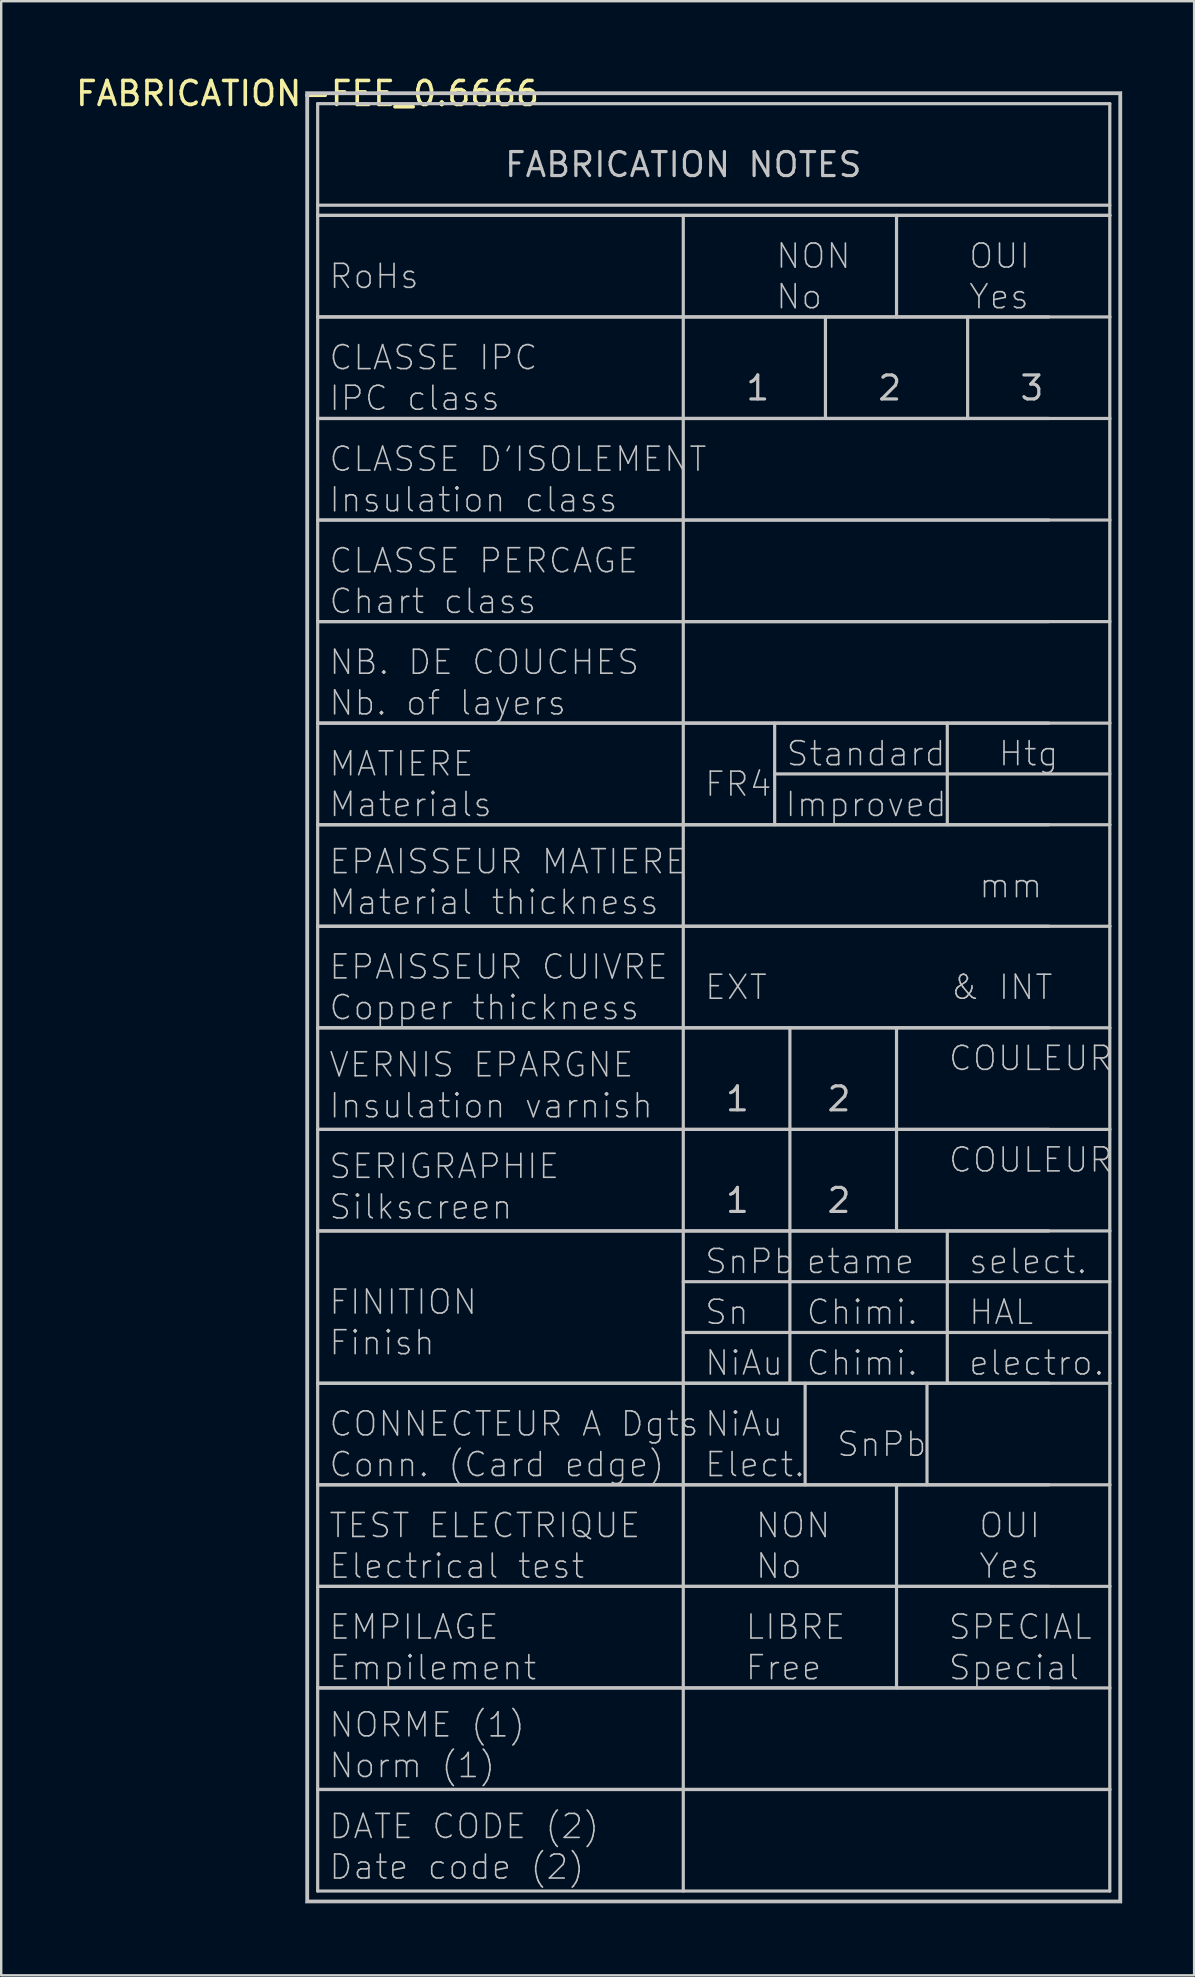
<source format=kicad_pcb>
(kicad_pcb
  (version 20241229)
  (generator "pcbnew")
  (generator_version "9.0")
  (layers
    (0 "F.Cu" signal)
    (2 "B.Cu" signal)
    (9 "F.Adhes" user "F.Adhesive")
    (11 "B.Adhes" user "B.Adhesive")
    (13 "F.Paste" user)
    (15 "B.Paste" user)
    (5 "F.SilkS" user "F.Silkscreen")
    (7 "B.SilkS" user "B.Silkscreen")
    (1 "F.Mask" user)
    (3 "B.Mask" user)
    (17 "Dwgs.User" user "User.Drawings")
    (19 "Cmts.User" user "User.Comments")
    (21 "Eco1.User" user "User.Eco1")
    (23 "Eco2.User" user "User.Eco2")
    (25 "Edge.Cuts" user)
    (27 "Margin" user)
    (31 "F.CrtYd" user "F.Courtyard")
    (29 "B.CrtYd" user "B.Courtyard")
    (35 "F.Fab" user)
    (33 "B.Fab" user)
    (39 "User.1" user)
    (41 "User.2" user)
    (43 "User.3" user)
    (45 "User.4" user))
  (footprint "FABRICATION-FEE_0.6666"
    (placed yes)
    (layer "F.Cu")
    (at 9.768 0.848)
    (property "Reference" "FABRICATION-FEE_0.6666" (at 0 0 0) (layer "F.SilkS") (effects (font (size 1 1) (thickness 0.15))))
    (attr through_hole)
    (fp_line (start -0.067 -0.067) (end 33.93 -0.067) (stroke (width 0.05) (type solid)) (layer "Dwgs.User"))
    (fp_line (start -0.067 75.412) (end -0.067 -0.067) (stroke (width 0.05) (type solid)) (layer "Dwgs.User"))
    (fp_line (start 0 0) (end 0 75.346) (stroke (width 0.133) (type solid)) (layer "Dwgs.User"))
    (fp_line (start 0 75.346) (end 33.863 75.346) (stroke (width 0.133) (type solid)) (layer "Dwgs.User"))
    (fp_line (start 0.423 0.423) (end 0.423 5.079) (stroke (width 0.133) (type solid)) (layer "Dwgs.User"))
    (fp_line (start 0.423 4.656) (end 33.44 4.656) (stroke (width 0.133) (type solid)) (layer "Dwgs.User"))
    (fp_line (start 0.423 5.079) (end 0.423 9.312) (stroke (width 0.133) (type solid)) (layer "Dwgs.User"))
    (fp_line (start 0.423 5.079) (end 33.44 5.079) (stroke (width 0.133) (type solid)) (layer "Dwgs.User"))
    (fp_line (start 0.423 9.312) (end 0.423 13.545) (stroke (width 0.133) (type solid)) (layer "Dwgs.User"))
    (fp_line (start 0.423 9.312) (end 33.44 9.312) (stroke (width 0.133) (type solid)) (layer "Dwgs.User"))
    (fp_line (start 0.423 13.545) (end 0.423 17.778) (stroke (width 0.133) (type solid)) (layer "Dwgs.User"))
    (fp_line (start 0.423 13.545) (end 33.44 13.545) (stroke (width 0.133) (type solid)) (layer "Dwgs.User"))
    (fp_line (start 0.423 17.778) (end 0.423 22.011) (stroke (width 0.133) (type solid)) (layer "Dwgs.User"))
    (fp_line (start 0.423 17.778) (end 33.44 17.778) (stroke (width 0.133) (type solid)) (layer "Dwgs.User"))
    (fp_line (start 0.423 22.011) (end 0.423 26.244) (stroke (width 0.133) (type solid)) (layer "Dwgs.User"))
    (fp_line (start 0.423 22.011) (end 33.44 22.011) (stroke (width 0.133) (type solid)) (layer "Dwgs.User"))
    (fp_line (start 0.423 26.244) (end 0.423 30.477) (stroke (width 0.133) (type solid)) (layer "Dwgs.User"))
    (fp_line (start 0.423 26.244) (end 33.44 26.244) (stroke (width 0.133) (type solid)) (layer "Dwgs.User"))
    (fp_line (start 0.423 30.477) (end 0.423 34.71) (stroke (width 0.133) (type solid)) (layer "Dwgs.User"))
    (fp_line (start 0.423 30.477) (end 33.44 30.477) (stroke (width 0.133) (type solid)) (layer "Dwgs.User"))
    (fp_line (start 0.423 34.71) (end 0.423 38.943) (stroke (width 0.133) (type solid)) (layer "Dwgs.User"))
    (fp_line (start 0.423 34.71) (end 33.44 34.71) (stroke (width 0.133) (type solid)) (layer "Dwgs.User"))
    (fp_line (start 0.423 38.943) (end 0.423 43.176) (stroke (width 0.133) (type solid)) (layer "Dwgs.User"))
    (fp_line (start 0.423 38.943) (end 33.44 38.943) (stroke (width 0.133) (type solid)) (layer "Dwgs.User"))
    (fp_line (start 0.423 43.176) (end 0.423 47.409) (stroke (width 0.133) (type solid)) (layer "Dwgs.User"))
    (fp_line (start 0.423 43.176) (end 33.44 43.176) (stroke (width 0.133) (type solid)) (layer "Dwgs.User"))
    (fp_line (start 0.423 47.409) (end 0.423 53.758) (stroke (width 0.133) (type solid)) (layer "Dwgs.User"))
    (fp_line (start 0.423 47.409) (end 33.44 47.409) (stroke (width 0.133) (type solid)) (layer "Dwgs.User"))
    (fp_line (start 0.423 53.758) (end 0.423 57.991) (stroke (width 0.133) (type solid)) (layer "Dwgs.User"))
    (fp_line (start 0.423 53.758) (end 33.44 53.758) (stroke (width 0.133) (type solid)) (layer "Dwgs.User"))
    (fp_line (start 0.423 57.991) (end 0.423 62.224) (stroke (width 0.133) (type solid)) (layer "Dwgs.User"))
    (fp_line (start 0.423 57.991) (end 33.44 57.991) (stroke (width 0.133) (type solid)) (layer "Dwgs.User"))
    (fp_line (start 0.423 62.224) (end 0.423 66.457) (stroke (width 0.133) (type solid)) (layer "Dwgs.User"))
    (fp_line (start 0.423 62.224) (end 33.44 62.224) (stroke (width 0.133) (type solid)) (layer "Dwgs.User"))
    (fp_line (start 0.423 66.457) (end 0.423 70.69) (stroke (width 0.133) (type solid)) (layer "Dwgs.User"))
    (fp_line (start 0.423 66.457) (end 33.44 66.457) (stroke (width 0.133) (type solid)) (layer "Dwgs.User"))
    (fp_line (start 0.423 70.69) (end 0.423 74.923) (stroke (width 0.133) (type solid)) (layer "Dwgs.User"))
    (fp_line (start 0.423 70.69) (end 33.44 70.69) (stroke (width 0.133) (type solid)) (layer "Dwgs.User"))
    (fp_line (start 0.423 74.923) (end 33.44 74.923) (stroke (width 0.133) (type solid)) (layer "Dwgs.User"))
    (fp_line (start 15.662 5.079) (end 15.662 74.923) (stroke (width 0.133) (type solid)) (layer "Dwgs.User"))
    (fp_line (start 15.662 49.525) (end 33.44 49.525) (stroke (width 0.133) (type solid)) (layer "Dwgs.User"))
    (fp_line (start 15.662 51.642) (end 33.44 51.642) (stroke (width 0.133) (type solid)) (layer "Dwgs.User"))
    (fp_line (start 19.471 26.244) (end 19.471 30.477) (stroke (width 0.133) (type solid)) (layer "Dwgs.User"))
    (fp_line (start 19.471 28.36) (end 33.44 28.36) (stroke (width 0.133) (type solid)) (layer "Dwgs.User"))
    (fp_line (start 20.106 38.943) (end 20.106 43.176) (stroke (width 0.133) (type solid)) (layer "Dwgs.User"))
    (fp_line (start 20.106 43.176) (end 20.106 47.409) (stroke (width 0.133) (type solid)) (layer "Dwgs.User"))
    (fp_line (start 20.106 47.409) (end 20.106 53.758) (stroke (width 0.133) (type solid)) (layer "Dwgs.User"))
    (fp_line (start 20.741 53.758) (end 20.741 57.991) (stroke (width 0.133) (type solid)) (layer "Dwgs.User"))
    (fp_line (start 21.588 9.312) (end 21.588 13.545) (stroke (width 0.133) (type solid)) (layer "Dwgs.User"))
    (fp_line (start 24.551 5.079) (end 24.551 9.312) (stroke (width 0.133) (type solid)) (layer "Dwgs.User"))
    (fp_line (start 24.551 38.943) (end 24.551 43.176) (stroke (width 0.133) (type solid)) (layer "Dwgs.User"))
    (fp_line (start 24.551 43.176) (end 24.551 47.409) (stroke (width 0.133) (type solid)) (layer "Dwgs.User"))
    (fp_line (start 24.551 57.991) (end 24.551 62.224) (stroke (width 0.133) (type solid)) (layer "Dwgs.User"))
    (fp_line (start 24.551 62.224) (end 24.551 66.457) (stroke (width 0.133) (type solid)) (layer "Dwgs.User"))
    (fp_line (start 25.821 53.758) (end 25.821 57.991) (stroke (width 0.133) (type solid)) (layer "Dwgs.User"))
    (fp_line (start 26.667 26.244) (end 26.667 30.477) (stroke (width 0.133) (type solid)) (layer "Dwgs.User"))
    (fp_line (start 26.667 47.409) (end 26.667 53.758) (stroke (width 0.133) (type solid)) (layer "Dwgs.User"))
    (fp_line (start 27.514 9.312) (end 27.514 13.545) (stroke (width 0.133) (type solid)) (layer "Dwgs.User"))
    (fp_line (start 30.9 9.312) (end 0.423 9.312) (stroke (width 0.133) (type solid)) (layer "Dwgs.User"))
    (fp_line (start 30.9 13.545) (end 0.423 13.545) (stroke (width 0.133) (type solid)) (layer "Dwgs.User"))
    (fp_line (start 30.9 17.778) (end 0.423 17.778) (stroke (width 0.133) (type solid)) (layer "Dwgs.User"))
    (fp_line (start 30.9 22.011) (end 0.423 22.011) (stroke (width 0.133) (type solid)) (layer "Dwgs.User"))
    (fp_line (start 30.9 26.244) (end 0.423 26.244) (stroke (width 0.133) (type solid)) (layer "Dwgs.User"))
    (fp_line (start 30.9 30.477) (end 0.423 30.477) (stroke (width 0.133) (type solid)) (layer "Dwgs.User"))
    (fp_line (start 30.9 34.71) (end 0.423 34.71) (stroke (width 0.133) (type solid)) (layer "Dwgs.User"))
    (fp_line (start 30.9 38.943) (end 0.423 38.943) (stroke (width 0.133) (type solid)) (layer "Dwgs.User"))
    (fp_line (start 30.9 43.176) (end 0.423 43.176) (stroke (width 0.133) (type solid)) (layer "Dwgs.User"))
    (fp_line (start 30.9 47.409) (end 0.423 47.409) (stroke (width 0.133) (type solid)) (layer "Dwgs.User"))
    (fp_line (start 30.9 53.758) (end 0.423 53.758) (stroke (width 0.133) (type solid)) (layer "Dwgs.User"))
    (fp_line (start 30.9 57.991) (end 0.423 57.991) (stroke (width 0.133) (type solid)) (layer "Dwgs.User"))
    (fp_line (start 30.9 62.224) (end 0.423 62.224) (stroke (width 0.133) (type solid)) (layer "Dwgs.User"))
    (fp_line (start 30.9 66.457) (end 0.423 66.457) (stroke (width 0.133) (type solid)) (layer "Dwgs.User"))
    (fp_line (start 33.44 0.423) (end 0.423 0.423) (stroke (width 0.133) (type solid)) (layer "Dwgs.User"))
    (fp_line (start 33.44 5.079) (end 0.423 5.079) (stroke (width 0.133) (type solid)) (layer "Dwgs.User"))
    (fp_line (start 33.44 5.079) (end 33.44 0.423) (stroke (width 0.133) (type solid)) (layer "Dwgs.User"))
    (fp_line (start 33.44 9.312) (end 33.44 5.079) (stroke (width 0.133) (type solid)) (layer "Dwgs.User"))
    (fp_line (start 33.44 13.545) (end 33.44 9.312) (stroke (width 0.133) (type solid)) (layer "Dwgs.User"))
    (fp_line (start 33.44 17.778) (end 33.44 13.545) (stroke (width 0.133) (type solid)) (layer "Dwgs.User"))
    (fp_line (start 33.44 22.011) (end 33.44 17.778) (stroke (width 0.133) (type solid)) (layer "Dwgs.User"))
    (fp_line (start 33.44 26.244) (end 33.44 22.011) (stroke (width 0.133) (type solid)) (layer "Dwgs.User"))
    (fp_line (start 33.44 30.477) (end 33.44 26.244) (stroke (width 0.133) (type solid)) (layer "Dwgs.User"))
    (fp_line (start 33.44 34.71) (end 33.44 30.477) (stroke (width 0.133) (type solid)) (layer "Dwgs.User"))
    (fp_line (start 33.44 38.943) (end 33.44 34.71) (stroke (width 0.133) (type solid)) (layer "Dwgs.User"))
    (fp_line (start 33.44 43.176) (end 33.44 38.943) (stroke (width 0.133) (type solid)) (layer "Dwgs.User"))
    (fp_line (start 33.44 47.409) (end 33.44 43.176) (stroke (width 0.133) (type solid)) (layer "Dwgs.User"))
    (fp_line (start 33.44 53.758) (end 33.44 47.409) (stroke (width 0.133) (type solid)) (layer "Dwgs.User"))
    (fp_line (start 33.44 57.991) (end 33.44 53.758) (stroke (width 0.133) (type solid)) (layer "Dwgs.User"))
    (fp_line (start 33.44 62.224) (end 33.44 57.991) (stroke (width 0.133) (type solid)) (layer "Dwgs.User"))
    (fp_line (start 33.44 66.457) (end 33.44 62.224) (stroke (width 0.133) (type solid)) (layer "Dwgs.User"))
    (fp_line (start 33.44 70.69) (end 0.423 70.69) (stroke (width 0.133) (type solid)) (layer "Dwgs.User"))
    (fp_line (start 33.44 70.69) (end 33.44 66.457) (stroke (width 0.133) (type solid)) (layer "Dwgs.User"))
    (fp_line (start 33.44 74.923) (end 33.44 70.69) (stroke (width 0.133) (type solid)) (layer "Dwgs.User"))
    (fp_line (start 33.863 0) (end 0 0) (stroke (width 0.133) (type solid)) (layer "Dwgs.User"))
    (fp_line (start 33.863 75.346) (end 33.863 0) (stroke (width 0.133) (type solid)) (layer "Dwgs.User"))
    (fp_line (start 33.93 -0.067) (end 33.93 75.412) (stroke (width 0.05) (type solid)) (layer "Dwgs.User"))
    (fp_line (start 33.93 75.412) (end -0.067 75.412) (stroke (width 0.05) (type solid)) (layer "Dwgs.User"))
    (fp_text user "No" (at 19.471 8.466 0) (layer "Dwgs.User") (effects (font (size 1 1) (thickness 0.067)) (justify left)))
    (fp_text user "Htg" (at 30.054 27.514 0) (layer "Dwgs.User") (effects (font (size 1 1) (thickness 0.067))))
    (fp_text user "etame" (at 20.741 48.678 0) (layer "Dwgs.User") (effects (font (size 1 1) (thickness 0.067)) (justify left)))
    (fp_text user "1" (at 17.355 41.906 0) (layer "Dwgs.User") (effects (font (size 1 1) (thickness 0.133)) (justify left)))
    (fp_text user "Yes" (at 27.937 61.377 0) (layer "Dwgs.User") (effects (font (size 1 1) (thickness 0.067)) (justify left)))
    (fp_text user "Sn" (at 16.508 50.795 0) (layer "Dwgs.User") (effects (font (size 1 1) (thickness 0.067)) (justify left)))
    (fp_text user "SnPb" (at 22.011 56.298 0) (layer "Dwgs.User") (effects (font (size 1 1) (thickness 0.067)) (justify left)))
    (fp_text user "Materials" (at 0.847 29.63 0) (layer "Dwgs.User") (effects (font (size 1 1) (thickness 0.067)) (justify left)))
    (fp_text user "SERIGRAPHIE" (at 0.847 44.714 0) (layer "Dwgs.User") (effects (font (size 1 1) (thickness 0.067)) (justify left)))
    (fp_text user "2" (at 21.588 46.139 0) (layer "Dwgs.User") (effects (font (size 1 1) (thickness 0.133)) (justify left)))
    (fp_text user "NON" (at 19.471 6.773 0) (layer "Dwgs.User") (effects (font (size 1 1) (thickness 0.067)) (justify left)))
    (fp_text user "EMPILAGE" (at 0.847 63.917 0) (layer "Dwgs.User") (effects (font (size 1 1) (thickness 0.067)) (justify left)))
    (fp_text user "OUI" (at 27.937 59.684 0) (layer "Dwgs.User") (effects (font (size 1 1) (thickness 0.067)) (justify left)))
    (fp_text user "No" (at 18.625 61.377 0) (layer "Dwgs.User") (effects (font (size 1 1) (thickness 0.067)) (justify left)))
    (fp_text user "FINITION" (at 0.847 50.372 0) (layer "Dwgs.User") (effects (font (size 1 1) (thickness 0.067)) (justify left)))
    (fp_text user "Chimi." (at 20.741 52.911 0) (layer "Dwgs.User") (effects (font (size 1 1) (thickness 0.067)) (justify left)))
    (fp_text user "mm" (at 27.937 33.017 0) (layer "Dwgs.User") (effects (font (size 1 1) (thickness 0.067)) (justify left)))
    (fp_text user "1" (at 17.355 46.139 0) (layer "Dwgs.User") (effects (font (size 1 1) (thickness 0.133)) (justify left)))
    (fp_text user "Insulation varnish" (at 0.847 42.189 0) (layer "Dwgs.User") (effects (font (size 1 1) (thickness 0.067)) (justify left)))
    (fp_text user "electro." (at 27.514 52.911 0) (layer "Dwgs.User") (effects (font (size 1 1) (thickness 0.067)) (justify left)))
    (fp_text user "Insulation class" (at 0.847 16.932 0) (layer "Dwgs.User") (effects (font (size 1 1) (thickness 0.067)) (justify left)))
    (fp_text user "RoHs" (at 0.847 7.619 0) (layer "Dwgs.User") (effects (font (size 1 1) (thickness 0.067)) (justify left)))
    (fp_text user "HAL" (at 27.514 50.795 0) (layer "Dwgs.User") (effects (font (size 1 1) (thickness 0.067)) (justify left)))
    (fp_text user "COULEUR" (at 26.667 44.446 0) (layer "Dwgs.User") (effects (font (size 1 1) (thickness 0.067)) (justify left)))
    (fp_text user "3" (at 29.63 12.275 0) (layer "Dwgs.User") (effects (font (size 1 1) (thickness 0.133)) (justify left)))
    (fp_text user "Elect." (at 16.508 57.144 0) (layer "Dwgs.User") (effects (font (size 1 1) (thickness 0.067)) (justify left)))
    (fp_text user "2" (at 23.704 12.275 0) (layer "Dwgs.User") (effects (font (size 1 1) (thickness 0.133)) (justify left)))
    (fp_text user "EXT          & INT" (at 16.508 37.25 0) (layer "Dwgs.User") (effects (font (size 1 1) (thickness 0.067)) (justify left)))
    (fp_text user "EPAISSEUR CUIVRE" (at 0.847 36.403 0) (layer "Dwgs.User") (effects (font (size 1 1) (thickness 0.067)) (justify left)))
    (fp_text user "Nb. of layers" (at 0.847 25.397 0) (layer "Dwgs.User") (effects (font (size 1 1) (thickness 0.067)) (justify left)))
    (fp_text user "COULEUR" (at 26.667 40.213 0) (layer "Dwgs.User") (effects (font (size 1 1) (thickness 0.067)) (justify left)))
    (fp_text user "CLASSE D'ISOLEMENT" (at 0.847 15.238 0) (layer "Dwgs.User") (effects (font (size 1 1) (thickness 0.067)) (justify left)))
    (fp_text user "NORME (1)" (at 0.847 67.995 0) (layer "Dwgs.User") (effects (font (size 1 1) (thickness 0.067)) (justify left)))
    (fp_text user "CLASSE IPC" (at 0.847 11.006 0) (layer "Dwgs.User") (effects (font (size 1 1) (thickness 0.067)) (justify left)))
    (fp_text user "Standard" (at 23.281 27.514 0) (layer "Dwgs.User") (effects (font (size 1 1) (thickness 0.067))))
    (fp_text user "NON" (at 18.625 59.684 0) (layer "Dwgs.User") (effects (font (size 1 1) (thickness 0.067)) (justify left)))
    (fp_text user "Chimi." (at 20.741 50.795 0) (layer "Dwgs.User") (effects (font (size 1 1) (thickness 0.067)) (justify left)))
    (fp_text user "SnPb" (at 16.508 48.678 0) (layer "Dwgs.User") (effects (font (size 1 1) (thickness 0.067)) (justify left)))
    (fp_text user "Empilement" (at 0.847 65.61 0) (layer "Dwgs.User") (effects (font (size 1 1) (thickness 0.067)) (justify left)))
    (fp_text user "SPECIAL" (at 26.667 63.917 0) (layer "Dwgs.User") (effects (font (size 1 1) (thickness 0.067)) (justify left)))
    (fp_text user "TEST ELECTRIQUE" (at 0.847 59.684 0) (layer "Dwgs.User") (effects (font (size 1 1) (thickness 0.067)) (justify left)))
    (fp_text user "FR4" (at 16.508 28.784 0) (layer "Dwgs.User") (effects (font (size 1 1) (thickness 0.067)) (justify left)))
    (fp_text user "CONNECTEUR A Dgts" (at 0.847 55.451 0) (layer "Dwgs.User") (effects (font (size 1 1) (thickness 0.067)) (justify left)))
    (fp_text user "NiAu" (at 16.508 55.451 0) (layer "Dwgs.User") (effects (font (size 1 1) (thickness 0.067)) (justify left)))
    (fp_text user "Silkscreen" (at 0.847 46.407 0) (layer "Dwgs.User") (effects (font (size 1 1) (thickness 0.067)) (justify left)))
    (fp_text user "OUI" (at 27.514 6.773 0) (layer "Dwgs.User") (effects (font (size 1 1) (thickness 0.067)) (justify left)))
    (fp_text user "Special" (at 26.667 65.61 0) (layer "Dwgs.User") (effects (font (size 1 1) (thickness 0.067)) (justify left)))
    (fp_text user "Copper thickness" (at 0.847 38.096 0) (layer "Dwgs.User") (effects (font (size 1 1) (thickness 0.067)) (justify left)))
    (fp_text user "CLASSE PERCAGE" (at 0.847 19.471 0) (layer "Dwgs.User") (effects (font (size 1 1) (thickness 0.067)) (justify left)))
    (fp_text user "Free" (at 18.202 65.61 0) (layer "Dwgs.User") (effects (font (size 1 1) (thickness 0.067)) (justify left)))
    (fp_text user "MATIERE" (at 0.847 27.937 0) (layer "Dwgs.User") (effects (font (size 1 1) (thickness 0.067)) (justify left)))
    (fp_text user "Improved" (at 23.281 29.63 0) (layer "Dwgs.User") (effects (font (size 1 1) (thickness 0.067))))
    (fp_text user "Conn. (Card edge)" (at 0.847 57.144 0) (layer "Dwgs.User") (effects (font (size 1 1) (thickness 0.067)) (justify left)))
    (fp_text user "Norm (1)" (at 0.847 69.688 0) (layer "Dwgs.User") (effects (font (size 1 1) (thickness 0.067)) (justify left)))
    (fp_text user "2" (at 21.588 41.906 0) (layer "Dwgs.User") (effects (font (size 1 1) (thickness 0.133)) (justify left)))
    (fp_text user "Electrical test" (at 0.847 61.377 0) (layer "Dwgs.User") (effects (font (size 1 1) (thickness 0.067)) (justify left)))
    (fp_text user "NB. DE COUCHES" (at 0.847 23.704 0) (layer "Dwgs.User") (effects (font (size 1 1) (thickness 0.067)) (justify left)))
    (fp_text user "1" (at 18.202 12.275 0) (layer "Dwgs.User") (effects (font (size 1 1) (thickness 0.133)) (justify left)))
    (fp_text user "select." (at 27.514 48.678 0) (layer "Dwgs.User") (effects (font (size 1 1) (thickness 0.067)) (justify left)))
    (fp_text user "Material thickness" (at 0.847 33.709 0) (layer "Dwgs.User") (effects (font (size 1 1) (thickness 0.067)) (justify left)))
    (fp_text user "Date code (2)" (at 0.847 73.921 0) (layer "Dwgs.User") (effects (font (size 1 1) (thickness 0.067)) (justify left)))
    (fp_text user "Finish" (at 0.847 52.065 0) (layer "Dwgs.User") (effects (font (size 1 1) (thickness 0.067)) (justify left)))
    (fp_text user "LIBRE" (at 18.202 63.917 0) (layer "Dwgs.User") (effects (font (size 1 1) (thickness 0.067)) (justify left)))
    (fp_text user "IPC class" (at 0.847 12.699 0) (layer "Dwgs.User") (effects (font (size 1 1) (thickness 0.067)) (justify left)))
    (fp_text user "FABRICATION NOTES" (at 15.662 2.963 0) (layer "Dwgs.User") (effects (font (size 1 1) (thickness 0.133))))
    (fp_text user "EPAISSEUR MATIERE" (at 0.847 32.015 0) (layer "Dwgs.User") (effects (font (size 1 1) (thickness 0.067)) (justify left)))
    (fp_text user "Yes" (at 27.514 8.466 0) (layer "Dwgs.User") (effects (font (size 1 1) (thickness 0.067)) (justify left)))
    (fp_text user "NiAu" (at 16.508 52.911 0) (layer "Dwgs.User") (effects (font (size 1 1) (thickness 0.067)) (justify left)))
    (fp_text user "Chart class" (at 0.847 21.165 0) (layer "Dwgs.User") (effects (font (size 1 1) (thickness 0.067)) (justify left)))
    (fp_text user "DATE CODE (2)" (at 0.847 72.228 0) (layer "Dwgs.User") (effects (font (size 1 1) (thickness 0.067)) (justify left)))
    (fp_text user "VERNIS EPARGNE" (at 0.847 40.481 0) (layer "Dwgs.User") (effects (font (size 1 1) (thickness 0.067)) (justify left))))
  (gr_rect
    (start -3 -3)
    (end 46.723 79.286)
    (stroke (width 0.1) (type default))
    (fill no)
    (layer "Edge.Cuts")))
</source>
